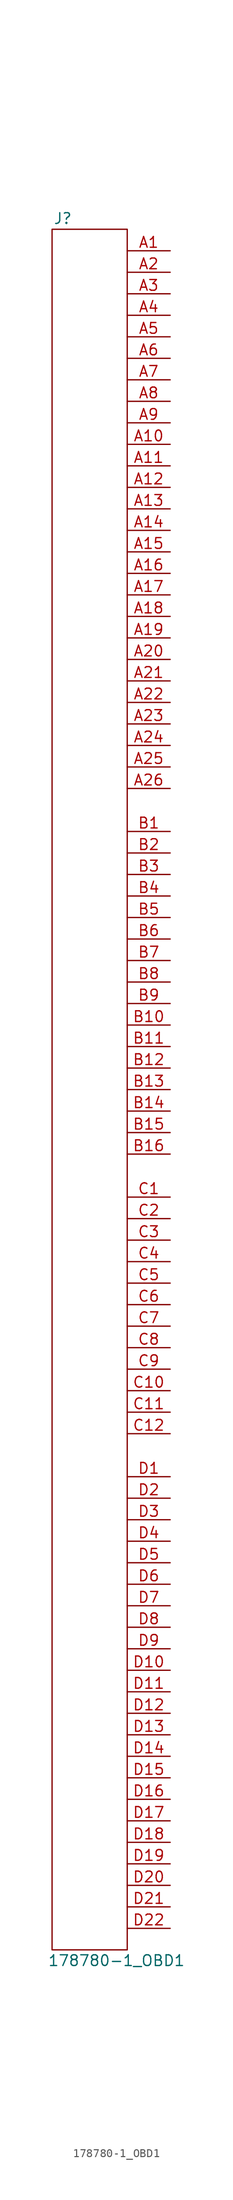
<source format=kicad_sym>
(kicad_symbol_lib
  (version 20220914)
  (generator kicad_symbol_editor)
  (symbol "178780-1_OBD1"
    (pin_names
      (offset 0.025))
    (property "Reference" "J"
      (at -7.62 3.81 0)
      (effects (font (size 1.27 1.27))))
    (property "Value" "178780-1_OBD1"
      (at -1.27 -201.93 0)
      (effects (font (size 1.27 1.27))))
    (symbol "178780-1_OBD1_1_0"
      (rectangle (start -8.89 2.54) (end 0 -200.66) (stroke (width 0) (type default)) (fill (type none))))
    (symbol "178780-1_OBD1_1_1"
      (pin passive line (at 5.08 0 180) (length 5.08) (name "" (effects (font (size 1.27 1.27)))) (number "A1" (effects (font (size 1.27 1.27)))))
      (pin passive line (at 5.08 -22.86 180) (length 5.08) (name "" (effects (font (size 1.27 1.27)))) (number "A10" (effects (font (size 1.27 1.27)))))
      (pin passive line (at 5.08 -25.4 180) (length 5.08) (name "" (effects (font (size 1.27 1.27)))) (number "A11" (effects (font (size 1.27 1.27)))))
      (pin passive line (at 5.08 -27.94 180) (length 5.08) (name "" (effects (font (size 1.27 1.27)))) (number "A12" (effects (font (size 1.27 1.27)))))
      (pin passive line (at 5.08 -30.48 180) (length 5.08) (name "" (effects (font (size 1.27 1.27)))) (number "A13" (effects (font (size 1.27 1.27)))))
      (pin passive line (at 5.08 -33.02 180) (length 5.08) (name "" (effects (font (size 1.27 1.27)))) (number "A14" (effects (font (size 1.27 1.27)))))
      (pin passive line (at 5.08 -35.56 180) (length 5.08) (name "" (effects (font (size 1.27 1.27)))) (number "A15" (effects (font (size 1.27 1.27)))))
      (pin passive line (at 5.08 -38.1 180) (length 5.08) (name "" (effects (font (size 1.27 1.27)))) (number "A16" (effects (font (size 1.27 1.27)))))
      (pin passive line (at 5.08 -40.64 180) (length 5.08) (name "" (effects (font (size 1.27 1.27)))) (number "A17" (effects (font (size 1.27 1.27)))))
      (pin passive line (at 5.08 -43.18 180) (length 5.08) (name "" (effects (font (size 1.27 1.27)))) (number "A18" (effects (font (size 1.27 1.27)))))
      (pin passive line (at 5.08 -45.72 180) (length 5.08) (name "" (effects (font (size 1.27 1.27)))) (number "A19" (effects (font (size 1.27 1.27)))))
      (pin passive line (at 5.08 -2.54 180) (length 5.08) (name "" (effects (font (size 1.27 1.27)))) (number "A2" (effects (font (size 1.27 1.27)))))
      (pin passive line (at 5.08 -48.26 180) (length 5.08) (name "" (effects (font (size 1.27 1.27)))) (number "A20" (effects (font (size 1.27 1.27)))))
      (pin passive line (at 5.08 -50.8 180) (length 5.08) (name "" (effects (font (size 1.27 1.27)))) (number "A21" (effects (font (size 1.27 1.27)))))
      (pin passive line (at 5.08 -53.34 180) (length 5.08) (name "" (effects (font (size 1.27 1.27)))) (number "A22" (effects (font (size 1.27 1.27)))))
      (pin passive line (at 5.08 -55.88 180) (length 5.08) (name "" (effects (font (size 1.27 1.27)))) (number "A23" (effects (font (size 1.27 1.27)))))
      (pin passive line (at 5.08 -58.42 180) (length 5.08) (name "" (effects (font (size 1.27 1.27)))) (number "A24" (effects (font (size 1.27 1.27)))))
      (pin passive line (at 5.08 -60.96 180) (length 5.08) (name "" (effects (font (size 1.27 1.27)))) (number "A25" (effects (font (size 1.27 1.27)))))
      (pin passive line (at 5.08 -63.5 180) (length 5.08) (name "" (effects (font (size 1.27 1.27)))) (number "A26" (effects (font (size 1.27 1.27)))))
      (pin passive line (at 5.08 -5.08 180) (length 5.08) (name "" (effects (font (size 1.27 1.27)))) (number "A3" (effects (font (size 1.27 1.27)))))
      (pin passive line (at 5.08 -7.62 180) (length 5.08) (name "" (effects (font (size 1.27 1.27)))) (number "A4" (effects (font (size 1.27 1.27)))))
      (pin passive line (at 5.08 -10.16 180) (length 5.08) (name "" (effects (font (size 1.27 1.27)))) (number "A5" (effects (font (size 1.27 1.27)))))
      (pin passive line (at 5.08 -12.7 180) (length 5.08) (name "" (effects (font (size 1.27 1.27)))) (number "A6" (effects (font (size 1.27 1.27)))))
      (pin passive line (at 5.08 -15.24 180) (length 5.08) (name "" (effects (font (size 1.27 1.27)))) (number "A7" (effects (font (size 1.27 1.27)))))
      (pin passive line (at 5.08 -17.78 180) (length 5.08) (name "" (effects (font (size 1.27 1.27)))) (number "A8" (effects (font (size 1.27 1.27)))))
      (pin passive line (at 5.08 -20.32 180) (length 5.08) (name "" (effects (font (size 1.27 1.27)))) (number "A9" (effects (font (size 1.27 1.27)))))
      (pin passive line (at 5.08 -68.58 180) (length 5.08) (name "" (effects (font (size 1.27 1.27)))) (number "B1" (effects (font (size 1.27 1.27)))))
      (pin passive line (at 5.08 -91.44 180) (length 5.08) (name "" (effects (font (size 1.27 1.27)))) (number "B10" (effects (font (size 1.27 1.27)))))
      (pin passive line (at 5.08 -93.98 180) (length 5.08) (name "" (effects (font (size 1.27 1.27)))) (number "B11" (effects (font (size 1.27 1.27)))))
      (pin passive line (at 5.08 -96.52 180) (length 5.08) (name "" (effects (font (size 1.27 1.27)))) (number "B12" (effects (font (size 1.27 1.27)))))
      (pin passive line (at 5.08 -99.06 180) (length 5.08) (name "" (effects (font (size 1.27 1.27)))) (number "B13" (effects (font (size 1.27 1.27)))))
      (pin passive line (at 5.08 -101.6 180) (length 5.08) (name "" (effects (font (size 1.27 1.27)))) (number "B14" (effects (font (size 1.27 1.27)))))
      (pin passive line (at 5.08 -104.14 180) (length 5.08) (name "" (effects (font (size 1.27 1.27)))) (number "B15" (effects (font (size 1.27 1.27)))))
      (pin passive line (at 5.08 -106.68 180) (length 5.08) (name "" (effects (font (size 1.27 1.27)))) (number "B16" (effects (font (size 1.27 1.27)))))
      (pin passive line (at 5.08 -71.12 180) (length 5.08) (name "" (effects (font (size 1.27 1.27)))) (number "B2" (effects (font (size 1.27 1.27)))))
      (pin passive line (at 5.08 -73.66 180) (length 5.08) (name "" (effects (font (size 1.27 1.27)))) (number "B3" (effects (font (size 1.27 1.27)))))
      (pin passive line (at 5.08 -76.2 180) (length 5.08) (name "" (effects (font (size 1.27 1.27)))) (number "B4" (effects (font (size 1.27 1.27)))))
      (pin passive line (at 5.08 -78.74 180) (length 5.08) (name "" (effects (font (size 1.27 1.27)))) (number "B5" (effects (font (size 1.27 1.27)))))
      (pin passive line (at 5.08 -81.28 180) (length 5.08) (name "" (effects (font (size 1.27 1.27)))) (number "B6" (effects (font (size 1.27 1.27)))))
      (pin passive line (at 5.08 -83.82 180) (length 5.08) (name "" (effects (font (size 1.27 1.27)))) (number "B7" (effects (font (size 1.27 1.27)))))
      (pin passive line (at 5.08 -86.36 180) (length 5.08) (name "" (effects (font (size 1.27 1.27)))) (number "B8" (effects (font (size 1.27 1.27)))))
      (pin passive line (at 5.08 -88.9 180) (length 5.08) (name "" (effects (font (size 1.27 1.27)))) (number "B9" (effects (font (size 1.27 1.27)))))
      (pin passive line (at 5.08 -111.76 180) (length 5.08) (name "" (effects (font (size 1.27 1.27)))) (number "C1" (effects (font (size 1.27 1.27)))))
      (pin passive line (at 5.08 -134.62 180) (length 5.08) (name "" (effects (font (size 1.27 1.27)))) (number "C10" (effects (font (size 1.27 1.27)))))
      (pin passive line (at 5.08 -137.16 180) (length 5.08) (name "" (effects (font (size 1.27 1.27)))) (number "C11" (effects (font (size 1.27 1.27)))))
      (pin passive line (at 5.08 -139.7 180) (length 5.08) (name "" (effects (font (size 1.27 1.27)))) (number "C12" (effects (font (size 1.27 1.27)))))
      (pin passive line (at 5.08 -114.3 180) (length 5.08) (name "" (effects (font (size 1.27 1.27)))) (number "C2" (effects (font (size 1.27 1.27)))))
      (pin passive line (at 5.08 -116.84 180) (length 5.08) (name "" (effects (font (size 1.27 1.27)))) (number "C3" (effects (font (size 1.27 1.27)))))
      (pin passive line (at 5.08 -119.38 180) (length 5.08) (name "" (effects (font (size 1.27 1.27)))) (number "C4" (effects (font (size 1.27 1.27)))))
      (pin passive line (at 5.08 -121.92 180) (length 5.08) (name "" (effects (font (size 1.27 1.27)))) (number "C5" (effects (font (size 1.27 1.27)))))
      (pin passive line (at 5.08 -124.46 180) (length 5.08) (name "" (effects (font (size 1.27 1.27)))) (number "C6" (effects (font (size 1.27 1.27)))))
      (pin passive line (at 5.08 -127 180) (length 5.08) (name "" (effects (font (size 1.27 1.27)))) (number "C7" (effects (font (size 1.27 1.27)))))
      (pin passive line (at 5.08 -129.54 180) (length 5.08) (name "" (effects (font (size 1.27 1.27)))) (number "C8" (effects (font (size 1.27 1.27)))))
      (pin passive line (at 5.08 -132.08 180) (length 5.08) (name "" (effects (font (size 1.27 1.27)))) (number "C9" (effects (font (size 1.27 1.27)))))
      (pin passive line (at 5.08 -144.78 180) (length 5.08) (name "" (effects (font (size 1.27 1.27)))) (number "D1" (effects (font (size 1.27 1.27)))))
      (pin passive line (at 5.08 -167.64 180) (length 5.08) (name "" (effects (font (size 1.27 1.27)))) (number "D10" (effects (font (size 1.27 1.27)))))
      (pin passive line (at 5.08 -170.18 180) (length 5.08) (name "" (effects (font (size 1.27 1.27)))) (number "D11" (effects (font (size 1.27 1.27)))))
      (pin passive line (at 5.08 -172.72 180) (length 5.08) (name "" (effects (font (size 1.27 1.27)))) (number "D12" (effects (font (size 1.27 1.27)))))
      (pin passive line (at 5.08 -175.26 180) (length 5.08) (name "" (effects (font (size 1.27 1.27)))) (number "D13" (effects (font (size 1.27 1.27)))))
      (pin passive line (at 5.08 -177.8 180) (length 5.08) (name "" (effects (font (size 1.27 1.27)))) (number "D14" (effects (font (size 1.27 1.27)))))
      (pin passive line (at 5.08 -180.34 180) (length 5.08) (name "" (effects (font (size 1.27 1.27)))) (number "D15" (effects (font (size 1.27 1.27)))))
      (pin passive line (at 5.08 -182.88 180) (length 5.08) (name "" (effects (font (size 1.27 1.27)))) (number "D16" (effects (font (size 1.27 1.27)))))
      (pin passive line (at 5.08 -185.42 180) (length 5.08) (name "" (effects (font (size 1.27 1.27)))) (number "D17" (effects (font (size 1.27 1.27)))))
      (pin passive line (at 5.08 -187.96 180) (length 5.08) (name "" (effects (font (size 1.27 1.27)))) (number "D18" (effects (font (size 1.27 1.27)))))
      (pin passive line (at 5.08 -190.5 180) (length 5.08) (name "" (effects (font (size 1.27 1.27)))) (number "D19" (effects (font (size 1.27 1.27)))))
      (pin passive line (at 5.08 -147.32 180) (length 5.08) (name "" (effects (font (size 1.27 1.27)))) (number "D2" (effects (font (size 1.27 1.27)))))
      (pin passive line (at 5.08 -193.04 180) (length 5.08) (name "" (effects (font (size 1.27 1.27)))) (number "D20" (effects (font (size 1.27 1.27)))))
      (pin passive line (at 5.08 -195.58 180) (length 5.08) (name "" (effects (font (size 1.27 1.27)))) (number "D21" (effects (font (size 1.27 1.27)))))
      (pin passive line (at 5.08 -198.12 180) (length 5.08) (name "" (effects (font (size 1.27 1.27)))) (number "D22" (effects (font (size 1.27 1.27)))))
      (pin passive line (at 5.08 -149.86 180) (length 5.08) (name "" (effects (font (size 1.27 1.27)))) (number "D3" (effects (font (size 1.27 1.27)))))
      (pin passive line (at 5.08 -152.4 180) (length 5.08) (name "" (effects (font (size 1.27 1.27)))) (number "D4" (effects (font (size 1.27 1.27)))))
      (pin passive line (at 5.08 -154.94 180) (length 5.08) (name "" (effects (font (size 1.27 1.27)))) (number "D5" (effects (font (size 1.27 1.27)))))
      (pin passive line (at 5.08 -157.48 180) (length 5.08) (name "" (effects (font (size 1.27 1.27)))) (number "D6" (effects (font (size 1.27 1.27)))))
      (pin passive line (at 5.08 -160.02 180) (length 5.08) (name "" (effects (font (size 1.27 1.27)))) (number "D7" (effects (font (size 1.27 1.27)))))
      (pin passive line (at 5.08 -162.56 180) (length 5.08) (name "" (effects (font (size 1.27 1.27)))) (number "D8" (effects (font (size 1.27 1.27)))))
      (pin passive line (at 5.08 -165.1 180) (length 5.08) (name "" (effects (font (size 1.27 1.27)))) (number "D9" (effects (font (size 1.27 1.27))))))))
</source>
